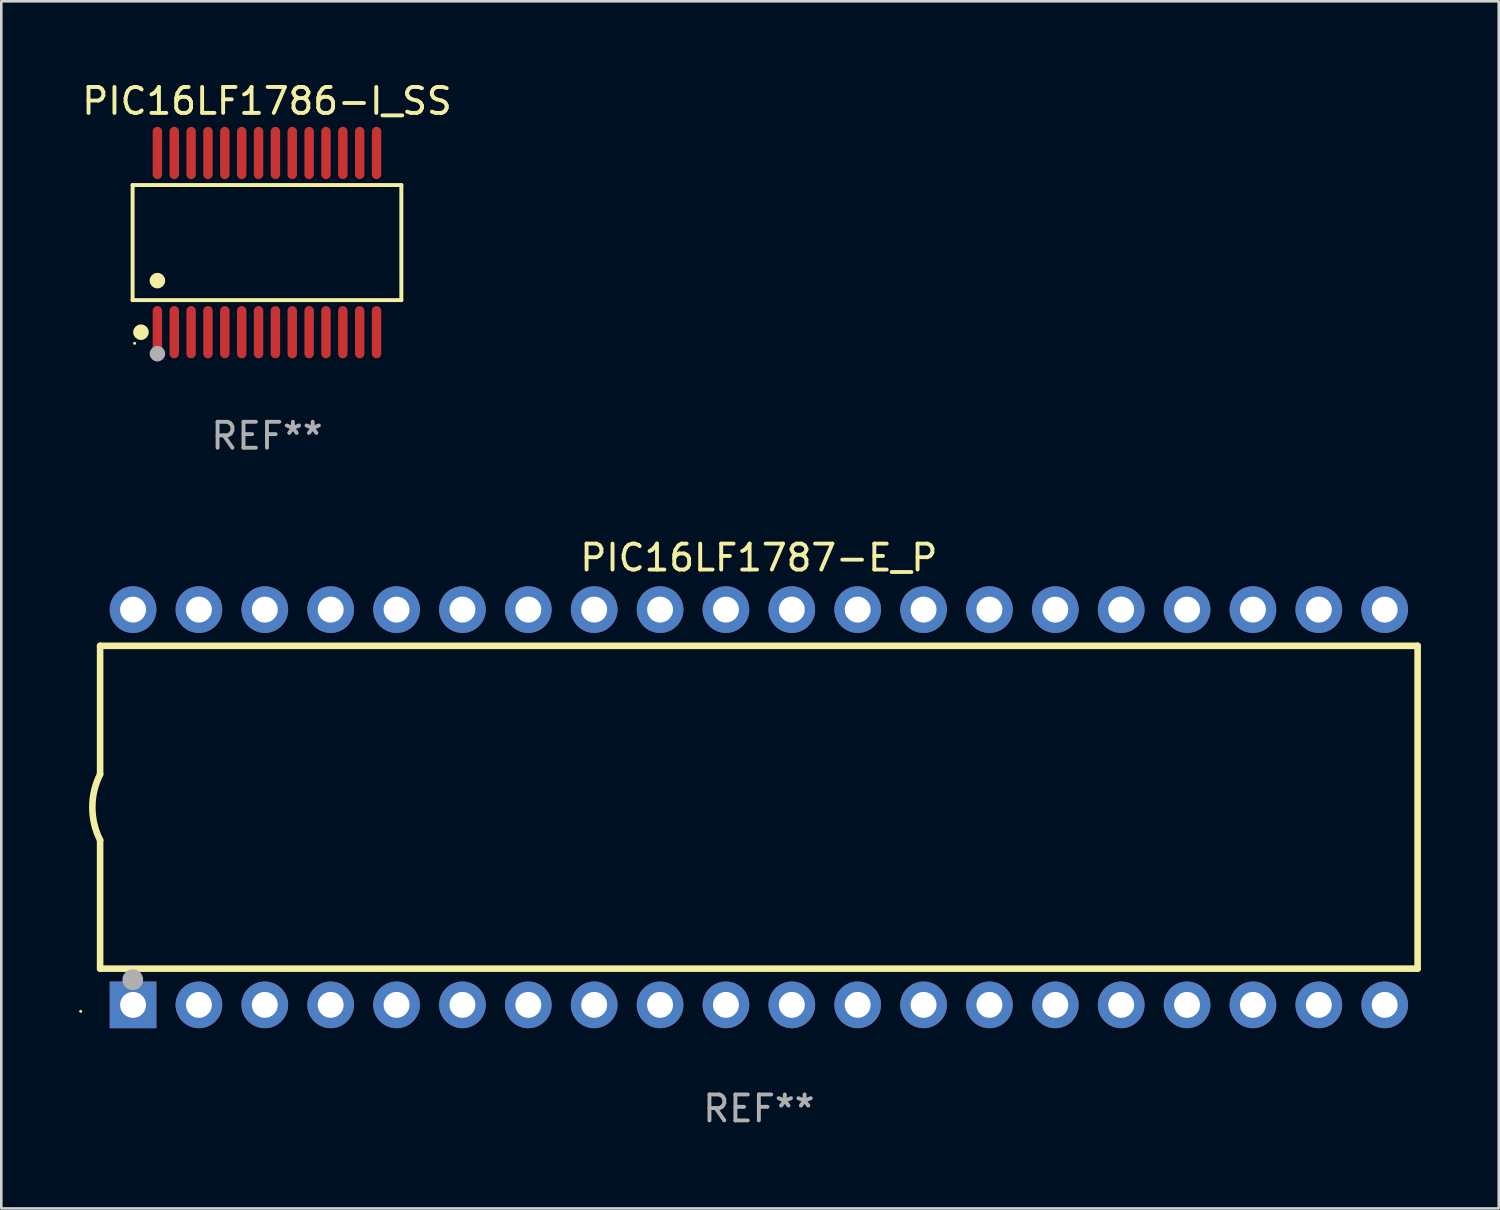
<source format=kicad_pcb>
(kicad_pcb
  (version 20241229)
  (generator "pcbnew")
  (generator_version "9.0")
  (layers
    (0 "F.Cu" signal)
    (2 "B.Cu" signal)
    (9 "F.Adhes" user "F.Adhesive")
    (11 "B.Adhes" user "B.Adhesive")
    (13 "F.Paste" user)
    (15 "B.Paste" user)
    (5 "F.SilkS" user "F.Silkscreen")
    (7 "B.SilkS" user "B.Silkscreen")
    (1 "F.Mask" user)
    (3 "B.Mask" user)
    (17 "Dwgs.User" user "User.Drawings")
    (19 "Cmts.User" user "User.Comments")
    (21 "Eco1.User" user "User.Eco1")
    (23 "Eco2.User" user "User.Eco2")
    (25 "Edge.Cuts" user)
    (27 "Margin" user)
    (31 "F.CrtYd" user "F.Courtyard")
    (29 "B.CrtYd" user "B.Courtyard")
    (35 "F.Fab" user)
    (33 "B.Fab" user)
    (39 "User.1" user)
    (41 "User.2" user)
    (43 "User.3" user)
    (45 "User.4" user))
  (footprint "PIC16LF1786-I_SS"
    (layer "F.Cu")
    (at 7.244 6.303)
    (property "Reference" "PIC16LF1786-I_SS" (at 0 -5.455 0) (layer "F.SilkS") (effects (font (size 1 1) (thickness 0.15))))
    (attr through_hole)
    (fp_line (start -5.181 -2.219) (end 5.181 -2.219) (stroke (width 0.152) (type solid)) (layer "F.SilkS"))
    (fp_line (start -5.181 2.219) (end -5.181 -2.219) (stroke (width 0.152) (type solid)) (layer "F.SilkS"))
    (fp_line (start 5.181 -2.219) (end 5.181 2.219) (stroke (width 0.152) (type solid)) (layer "F.SilkS"))
    (fp_line (start 5.181 2.219) (end -5.181 2.219) (stroke (width 0.152) (type solid)) (layer "F.SilkS"))
    (fp_circle (center -5.105 3.885) (end -5.075 3.885) (stroke (width 0.06) (type solid)) (fill no) (layer "F.SilkS"))
    (fp_circle (center -4.859 3.455) (end -4.709 3.455) (stroke (width 0.3) (type solid)) (fill no) (layer "F.SilkS"))
    (fp_circle (center -4.225 1.467) (end -4.075 1.467) (stroke (width 0.3) (type solid)) (fill no) (layer "F.SilkS"))
    (fp_circle (center -4.225 4.285) (end -4.075 4.285) (stroke (width 0.3) (type solid)) (fill no) (layer "F.Fab"))
    (fp_text user "REF**" (at 0 7.455 0) (layer "F.Fab") (effects (font (size 1 1) (thickness 0.15))))
    (pad "1" smd oval (at -4.225 3.455) (size 0.364 2.015) (layers "F.Cu" "F.Mask" "F.Paste"))
    (pad "2" smd oval (at -3.575 3.455) (size 0.364 2.015) (layers "F.Cu" "F.Mask" "F.Paste"))
    (pad "3" smd oval (at -2.925 3.455) (size 0.364 2.015) (layers "F.Cu" "F.Mask" "F.Paste"))
    (pad "4" smd oval (at -2.275 3.455) (size 0.364 2.015) (layers "F.Cu" "F.Mask" "F.Paste"))
    (pad "5" smd oval (at -1.625 3.455) (size 0.364 2.015) (layers "F.Cu" "F.Mask" "F.Paste"))
    (pad "6" smd oval (at -0.975 3.455) (size 0.364 2.015) (layers "F.Cu" "F.Mask" "F.Paste"))
    (pad "7" smd oval (at -0.325 3.455) (size 0.364 2.015) (layers "F.Cu" "F.Mask" "F.Paste"))
    (pad "8" smd oval (at 0.325 3.455) (size 0.364 2.015) (layers "F.Cu" "F.Mask" "F.Paste"))
    (pad "9" smd oval (at 0.975 3.455) (size 0.364 2.015) (layers "F.Cu" "F.Mask" "F.Paste"))
    (pad "10" smd oval (at 1.625 3.455) (size 0.364 2.015) (layers "F.Cu" "F.Mask" "F.Paste"))
    (pad "11" smd oval (at 2.275 3.455) (size 0.364 2.015) (layers "F.Cu" "F.Mask" "F.Paste"))
    (pad "12" smd oval (at 2.925 3.455) (size 0.364 2.015) (layers "F.Cu" "F.Mask" "F.Paste"))
    (pad "13" smd oval (at 3.575 3.455) (size 0.364 2.015) (layers "F.Cu" "F.Mask" "F.Paste"))
    (pad "14" smd oval (at 4.225 3.455) (size 0.364 2.015) (layers "F.Cu" "F.Mask" "F.Paste"))
    (pad "15" smd oval (at 4.225 -3.455) (size 0.364 2.015) (layers "F.Cu" "F.Mask" "F.Paste"))
    (pad "16" smd oval (at 3.575 -3.455) (size 0.364 2.015) (layers "F.Cu" "F.Mask" "F.Paste"))
    (pad "17" smd oval (at 2.925 -3.455) (size 0.364 2.015) (layers "F.Cu" "F.Mask" "F.Paste"))
    (pad "18" smd oval (at 2.275 -3.455) (size 0.364 2.015) (layers "F.Cu" "F.Mask" "F.Paste"))
    (pad "19" smd oval (at 1.625 -3.455) (size 0.364 2.015) (layers "F.Cu" "F.Mask" "F.Paste"))
    (pad "20" smd oval (at 0.975 -3.455) (size 0.364 2.015) (layers "F.Cu" "F.Mask" "F.Paste"))
    (pad "21" smd oval (at 0.325 -3.455) (size 0.364 2.015) (layers "F.Cu" "F.Mask" "F.Paste"))
    (pad "22" smd oval (at -0.325 -3.455) (size 0.364 2.015) (layers "F.Cu" "F.Mask" "F.Paste"))
    (pad "23" smd oval (at -0.975 -3.455) (size 0.364 2.015) (layers "F.Cu" "F.Mask" "F.Paste"))
    (pad "24" smd oval (at -1.625 -3.455) (size 0.364 2.015) (layers "F.Cu" "F.Mask" "F.Paste"))
    (pad "25" smd oval (at -2.275 -3.455) (size 0.364 2.015) (layers "F.Cu" "F.Mask" "F.Paste"))
    (pad "26" smd oval (at -2.925 -3.455) (size 0.364 2.015) (layers "F.Cu" "F.Mask" "F.Paste"))
    (pad "27" smd oval (at -3.575 -3.455) (size 0.364 2.015) (layers "F.Cu" "F.Mask" "F.Paste"))
    (pad "28" smd oval (at -4.225 -3.455) (size 0.364 2.015) (layers "F.Cu" "F.Mask" "F.Paste")))
  (footprint "PIC16LF1787-E_P"
    (layer "F.Cu")
    (at 26.21 28.075)
    (property "Reference" "PIC16LF1787-E_P" (at 0 -9.62 0) (layer "F.SilkS") (effects (font (size 1 1) (thickness 0.15))))
    (attr through_hole)
    (fp_line (start -25.4 -6.224) (end -25.4 -1.271) (stroke (width 0.254) (type solid)) (layer "F.SilkS"))
    (fp_line (start -25.4 -6.224) (end 25.4 -6.224) (stroke (width 0.254) (type solid)) (layer "F.SilkS"))
    (fp_line (start -25.4 1.269) (end -25.4 6.222) (stroke (width 0.254) (type solid)) (layer "F.SilkS"))
    (fp_line (start -25.4 6.222) (end 25.4 6.222) (stroke (width 0.254) (type solid)) (layer "F.SilkS"))
    (fp_line (start 25.4 6.222) (end 25.4 -6.224) (stroke (width 0.254) (type solid)) (layer "F.SilkS"))
    (fp_arc (start -25.4 1.269241) (mid -25.699807 -0.000762) (end -25.4 -1.270765) (stroke (width 0.254001) (type solid)) (layer "F.SilkS"))
    (fp_circle (center -26.15 7.87) (end -26.12 7.87) (stroke (width 0.06) (type solid)) (fill no) (layer "F.SilkS"))
    (fp_circle (center -24.14 6.65) (end -23.94 6.65) (stroke (width 0.4) (type solid)) (fill no) (layer "F.Fab"))
    (fp_text user "REF**" (at 0 11.62 0) (layer "F.Fab") (effects (font (size 1 1) (thickness 0.15))))
    (pad "1" thru_hole rect (at -24.13 7.62 90) (size 1.8 1.8) (drill 1) (layers "*.Cu" "*.Mask"))
    (pad "2" thru_hole circle (at -21.59 7.62) (size 1.8 1.8) (drill 1) (layers "*.Cu" "*.Mask"))
    (pad "3" thru_hole circle (at -19.05 7.62) (size 1.8 1.8) (drill 1) (layers "*.Cu" "*.Mask"))
    (pad "4" thru_hole circle (at -16.51 7.62) (size 1.8 1.8) (drill 1) (layers "*.Cu" "*.Mask"))
    (pad "5" thru_hole circle (at -13.97 7.62) (size 1.8 1.8) (drill 1) (layers "*.Cu" "*.Mask"))
    (pad "6" thru_hole circle (at -11.43 7.62) (size 1.8 1.8) (drill 1) (layers "*.Cu" "*.Mask"))
    (pad "7" thru_hole circle (at -8.89 7.62) (size 1.8 1.8) (drill 1) (layers "*.Cu" "*.Mask"))
    (pad "8" thru_hole circle (at -6.35 7.62) (size 1.8 1.8) (drill 1) (layers "*.Cu" "*.Mask"))
    (pad "9" thru_hole circle (at -3.81 7.62) (size 1.8 1.8) (drill 1) (layers "*.Cu" "*.Mask"))
    (pad "10" thru_hole circle (at -1.27 7.62) (size 1.8 1.8) (drill 1) (layers "*.Cu" "*.Mask"))
    (pad "11" thru_hole circle (at 1.27 7.62) (size 1.8 1.8) (drill 1) (layers "*.Cu" "*.Mask"))
    (pad "12" thru_hole circle (at 3.81 7.62) (size 1.8 1.8) (drill 1) (layers "*.Cu" "*.Mask"))
    (pad "13" thru_hole circle (at 6.35 7.62) (size 1.8 1.8) (drill 1) (layers "*.Cu" "*.Mask"))
    (pad "14" thru_hole circle (at 8.89 7.62) (size 1.8 1.8) (drill 1) (layers "*.Cu" "*.Mask"))
    (pad "15" thru_hole circle (at 11.43 7.62) (size 1.8 1.8) (drill 1) (layers "*.Cu" "*.Mask"))
    (pad "16" thru_hole circle (at 13.97 7.62) (size 1.8 1.8) (drill 1) (layers "*.Cu" "*.Mask"))
    (pad "17" thru_hole circle (at 16.51 7.62) (size 1.8 1.8) (drill 1) (layers "*.Cu" "*.Mask"))
    (pad "18" thru_hole circle (at 19.05 7.62) (size 1.8 1.8) (drill 1) (layers "*.Cu" "*.Mask"))
    (pad "19" thru_hole circle (at 21.59 7.62) (size 1.8 1.8) (drill 1) (layers "*.Cu" "*.Mask"))
    (pad "20" thru_hole circle (at 24.13 7.62) (size 1.8 1.8) (drill 1) (layers "*.Cu" "*.Mask"))
    (pad "21" thru_hole circle (at 24.13 -7.62) (size 1.8 1.8) (drill 1) (layers "*.Cu" "*.Mask"))
    (pad "22" thru_hole circle (at 21.59 -7.62) (size 1.8 1.8) (drill 1) (layers "*.Cu" "*.Mask"))
    (pad "23" thru_hole circle (at 19.05 -7.62) (size 1.8 1.8) (drill 1) (layers "*.Cu" "*.Mask"))
    (pad "24" thru_hole circle (at 16.51 -7.62) (size 1.8 1.8) (drill 1) (layers "*.Cu" "*.Mask"))
    (pad "25" thru_hole circle (at 13.97 -7.62) (size 1.8 1.8) (drill 1) (layers "*.Cu" "*.Mask"))
    (pad "26" thru_hole circle (at 11.43 -7.62) (size 1.8 1.8) (drill 1) (layers "*.Cu" "*.Mask"))
    (pad "27" thru_hole circle (at 8.89 -7.62) (size 1.8 1.8) (drill 1) (layers "*.Cu" "*.Mask"))
    (pad "28" thru_hole circle (at 6.35 -7.62) (size 1.8 1.8) (drill 1) (layers "*.Cu" "*.Mask"))
    (pad "29" thru_hole circle (at 3.81 -7.62) (size 1.8 1.8) (drill 1) (layers "*.Cu" "*.Mask"))
    (pad "30" thru_hole circle (at 1.27 -7.62) (size 1.8 1.8) (drill 1) (layers "*.Cu" "*.Mask"))
    (pad "31" thru_hole circle (at -1.27 -7.62) (size 1.8 1.8) (drill 1) (layers "*.Cu" "*.Mask"))
    (pad "32" thru_hole circle (at -3.81 -7.62) (size 1.8 1.8) (drill 1) (layers "*.Cu" "*.Mask"))
    (pad "33" thru_hole circle (at -6.35 -7.62) (size 1.8 1.8) (drill 1) (layers "*.Cu" "*.Mask"))
    (pad "34" thru_hole circle (at -8.89 -7.62) (size 1.8 1.8) (drill 1) (layers "*.Cu" "*.Mask"))
    (pad "35" thru_hole circle (at -11.43 -7.62) (size 1.8 1.8) (drill 1) (layers "*.Cu" "*.Mask"))
    (pad "36" thru_hole circle (at -13.97 -7.62) (size 1.8 1.8) (drill 1) (layers "*.Cu" "*.Mask"))
    (pad "37" thru_hole circle (at -16.51 -7.62) (size 1.8 1.8) (drill 1) (layers "*.Cu" "*.Mask"))
    (pad "38" thru_hole circle (at -19.05 -7.62) (size 1.8 1.8) (drill 1) (layers "*.Cu" "*.Mask"))
    (pad "39" thru_hole circle (at -21.59 -7.62) (size 1.8 1.8) (drill 1) (layers "*.Cu" "*.Mask"))
    (pad "40" thru_hole circle (at -24.13 -7.62) (size 1.8 1.8) (drill 1) (layers "*.Cu" "*.Mask")))
  (gr_rect
    (start -3 -3)
    (end 54.737 43.543)
    (stroke (width 0.1) (type default))
    (fill no)
    (layer "Edge.Cuts")))
</source>
